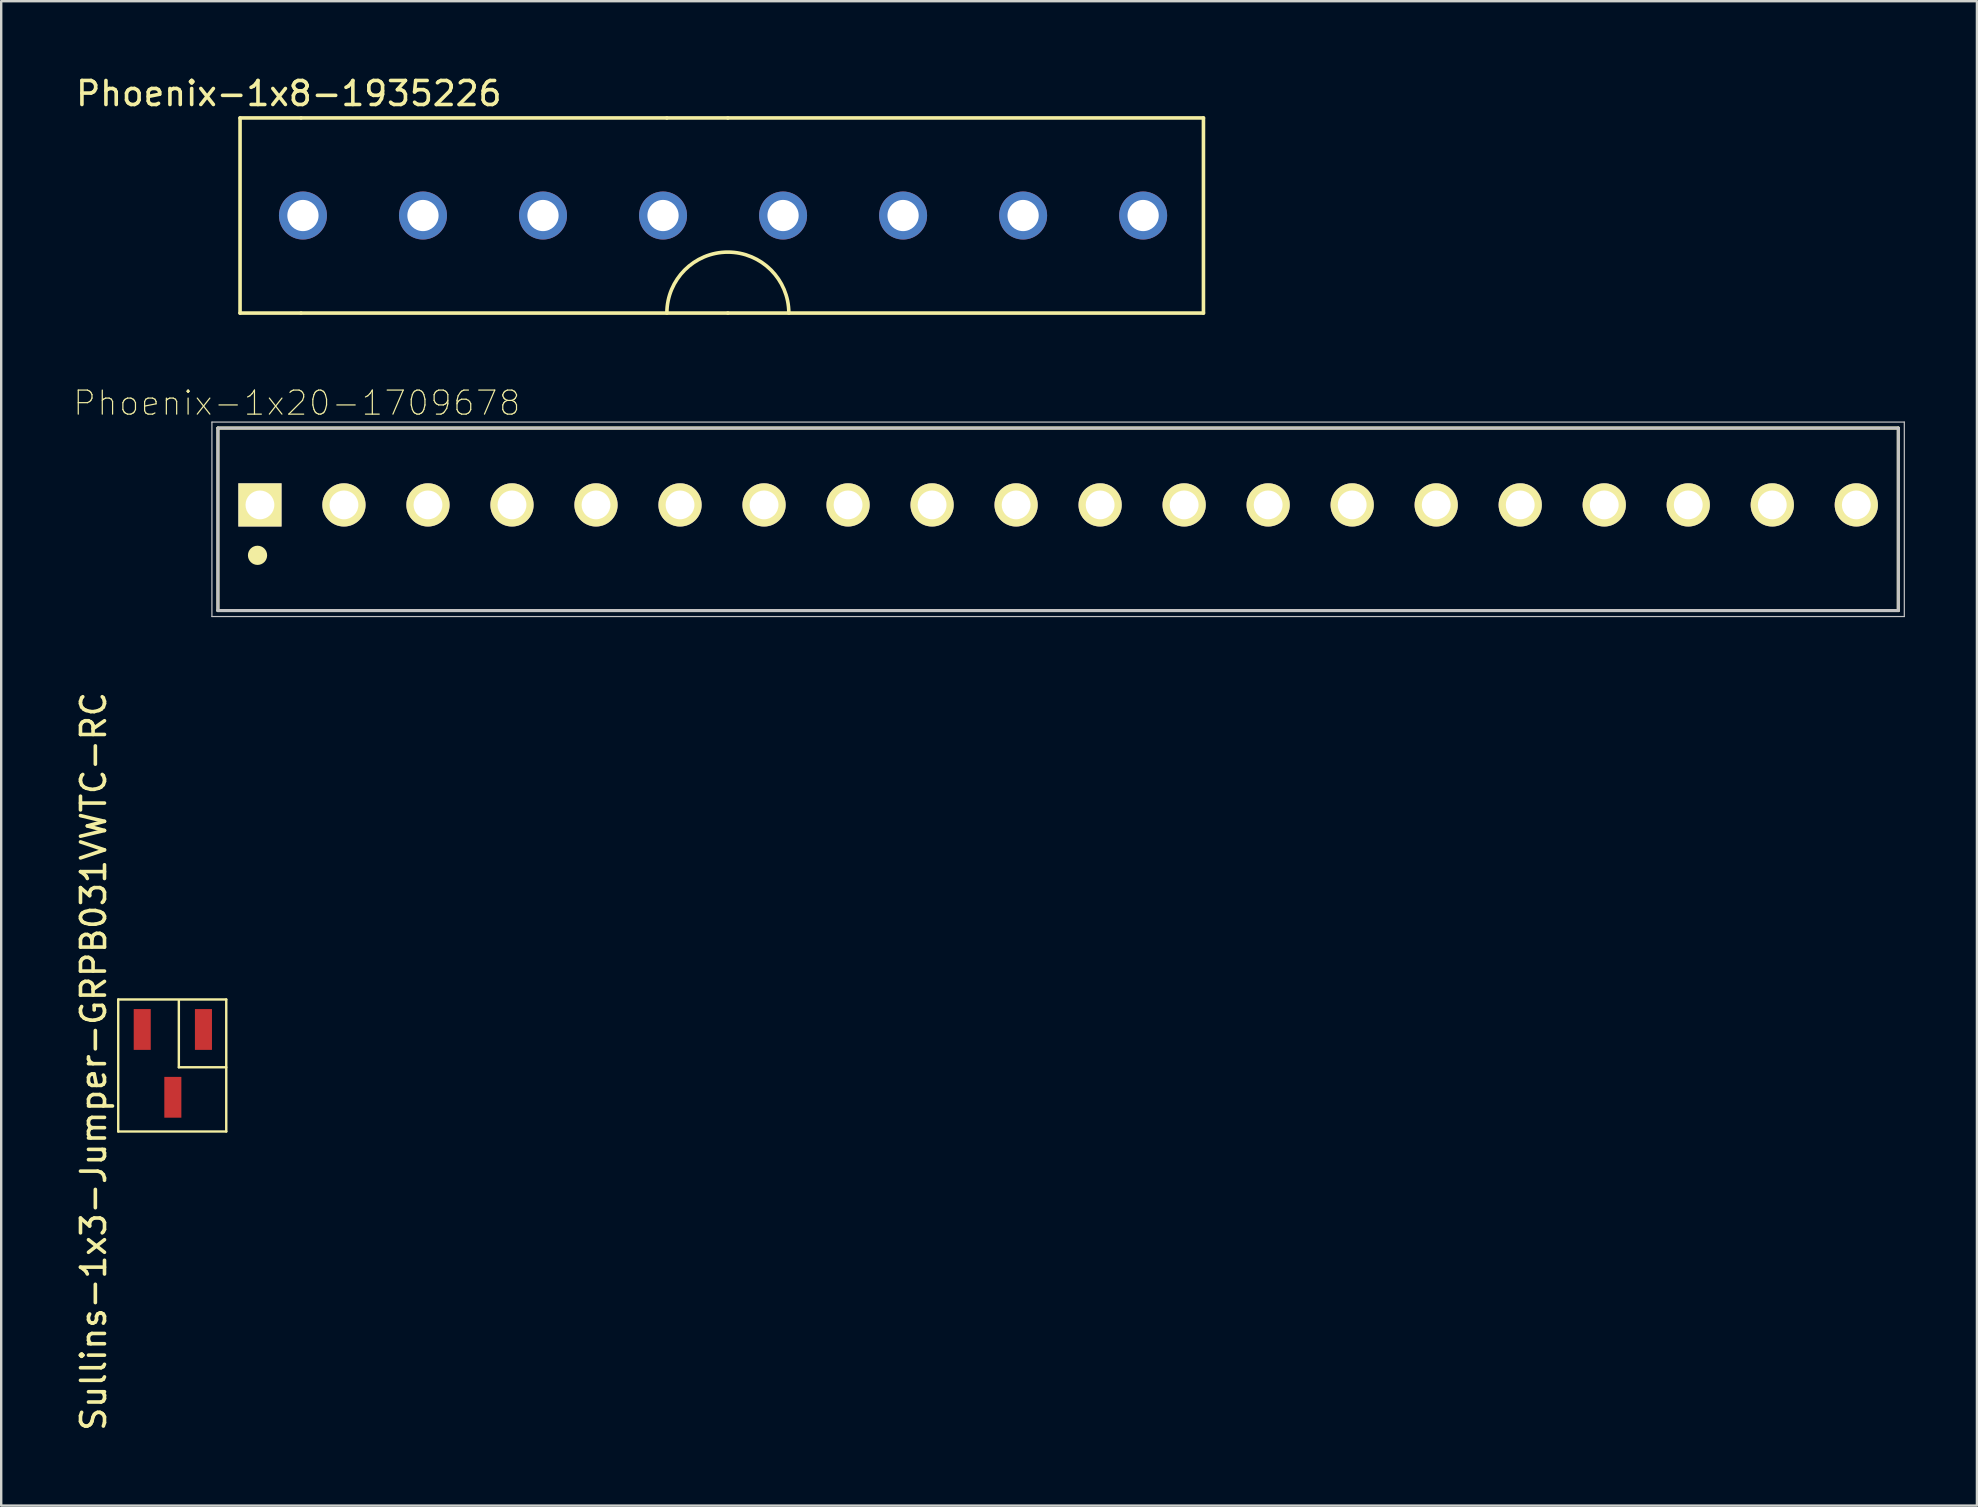
<source format=kicad_pcb>
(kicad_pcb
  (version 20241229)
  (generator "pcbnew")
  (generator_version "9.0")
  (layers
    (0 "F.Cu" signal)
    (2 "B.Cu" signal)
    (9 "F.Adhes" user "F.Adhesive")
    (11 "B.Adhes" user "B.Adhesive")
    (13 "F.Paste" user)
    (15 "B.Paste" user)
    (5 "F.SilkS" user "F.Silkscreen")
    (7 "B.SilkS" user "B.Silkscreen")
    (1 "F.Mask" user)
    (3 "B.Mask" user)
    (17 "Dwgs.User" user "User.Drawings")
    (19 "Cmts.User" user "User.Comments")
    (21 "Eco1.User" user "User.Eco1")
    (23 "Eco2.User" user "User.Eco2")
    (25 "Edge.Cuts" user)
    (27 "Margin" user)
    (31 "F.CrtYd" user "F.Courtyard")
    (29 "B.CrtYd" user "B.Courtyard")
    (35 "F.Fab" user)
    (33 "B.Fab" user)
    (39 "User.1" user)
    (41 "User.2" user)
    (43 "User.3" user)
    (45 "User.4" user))
  (footprint "Sullins-1x3-Jumper-GRPB031VWTC-RC"
    (layer "F.Cu")
    (at 4.15 40.91)
    (property "Reference" "Sullins-1x3-Jumper-GRPB031VWTC-RC" (at -3.302 0.254 90) (layer "F.SilkS") (effects (font (size 1 1) (thickness 0.15))))
    (attr through_hole)
    (fp_line (start -2.275 -2.325) (end 2.225 -2.325) (stroke (width 0.1) (type solid)) (layer "F.SilkS"))
    (fp_line (start -2.275 3.175) (end -2.275 -2.325) (stroke (width 0.1) (type solid)) (layer "F.SilkS"))
    (fp_line (start 0.25 -2.275) (end 0.25 0.5) (stroke (width 0.1) (type solid)) (layer "F.SilkS"))
    (fp_line (start 0.25 0.5) (end 2.225 0.5) (stroke (width 0.1) (type solid)) (layer "F.SilkS"))
    (fp_line (start 2.225 -2.325) (end 2.225 3.175) (stroke (width 0.1) (type solid)) (layer "F.SilkS"))
    (fp_line (start 2.225 3.175) (end -2.275 3.175) (stroke (width 0.1) (type solid)) (layer "F.SilkS"))
    (pad "1" smd rect (at 1.275 -1.075) (size 0.71 1.7) (layers "F.Cu" "F.Mask" "F.Paste"))
    (pad "2" smd rect (at 0 1.75) (size 0.71 1.7) (layers "F.Cu" "F.Mask" "F.Paste"))
    (pad "3" smd rect (at -1.275 -1.075) (size 0.71 1.7) (layers "F.Cu" "F.Mask" "F.Paste")))
  (footprint "Phoenix-1x20-1709678"
    (layer "F.Cu")
    (at 7.778 17.983)
    (property "Reference" "Phoenix-1x20-1709678" (at 1.536 -4.243 0) (layer "F.SilkS") (effects (font (size 1.001 1.001) (thickness 0.05))))
    (attr through_hole)
    (fp_line (start -1.75 -3.2) (end 68.25 -3.2) (stroke (width 0.127) (type solid)) (layer "F.SilkS"))
    (fp_line (start -1.75 4.4) (end -1.75 -3.2) (stroke (width 0.127) (type solid)) (layer "F.SilkS"))
    (fp_line (start 68.25 -3.2) (end 68.25 4.4) (stroke (width 0.127) (type solid)) (layer "F.SilkS"))
    (fp_line (start 68.25 4.4) (end -1.75 4.4) (stroke (width 0.127) (type solid)) (layer "F.SilkS"))
    (fp_circle (center -0.1 2.1) (end 0.1 2.1) (stroke (width 0.4) (type solid)) (fill no) (layer "F.SilkS"))
    (fp_line (start -2 -3.45) (end 68.5 -3.45) (stroke (width 0.05) (type solid)) (layer "Dwgs.User"))
    (fp_line (start -2 4.65) (end -2 -3.45) (stroke (width 0.05) (type solid)) (layer "Dwgs.User"))
    (fp_line (start -1.75 -3.2) (end 68.25 -3.2) (stroke (width 0.127) (type solid)) (layer "Dwgs.User"))
    (fp_line (start -1.75 4.4) (end -1.75 -3.2) (stroke (width 0.127) (type solid)) (layer "Dwgs.User"))
    (fp_line (start 68.25 -3.2) (end 68.25 4.4) (stroke (width 0.127) (type solid)) (layer "Dwgs.User"))
    (fp_line (start 68.25 4.4) (end -1.75 4.4) (stroke (width 0.127) (type solid)) (layer "Dwgs.User"))
    (fp_line (start 68.5 -3.45) (end 68.5 4.65) (stroke (width 0.05) (type solid)) (layer "Dwgs.User"))
    (fp_line (start 68.5 4.65) (end -2 4.65) (stroke (width 0.05) (type solid)) (layer "Dwgs.User"))
    (pad "1" thru_hole rect (at 0 0) (size 1.8 1.8) (drill 1.2) (layers "*.Cu" "*.Mask" "F.SilkS"))
    (pad "2" thru_hole circle (at 3.5 0) (size 1.8 1.8) (drill 1.2) (layers "*.Cu" "*.Mask" "F.SilkS"))
    (pad "3" thru_hole circle (at 7 0) (size 1.8 1.8) (drill 1.2) (layers "*.Cu" "*.Mask" "F.SilkS"))
    (pad "4" thru_hole circle (at 10.5 0) (size 1.8 1.8) (drill 1.2) (layers "*.Cu" "*.Mask" "F.SilkS"))
    (pad "5" thru_hole circle (at 14 0) (size 1.8 1.8) (drill 1.2) (layers "*.Cu" "*.Mask" "F.SilkS"))
    (pad "6" thru_hole circle (at 17.5 0) (size 1.8 1.8) (drill 1.2) (layers "*.Cu" "*.Mask" "F.SilkS"))
    (pad "7" thru_hole circle (at 21 0) (size 1.8 1.8) (drill 1.2) (layers "*.Cu" "*.Mask" "F.SilkS"))
    (pad "8" thru_hole circle (at 24.5 0) (size 1.8 1.8) (drill 1.2) (layers "*.Cu" "*.Mask" "F.SilkS"))
    (pad "9" thru_hole circle (at 28 0) (size 1.8 1.8) (drill 1.2) (layers "*.Cu" "*.Mask" "F.SilkS"))
    (pad "10" thru_hole circle (at 31.5 0) (size 1.8 1.8) (drill 1.2) (layers "*.Cu" "*.Mask" "F.SilkS"))
    (pad "11" thru_hole circle (at 35 0) (size 1.8 1.8) (drill 1.2) (layers "*.Cu" "*.Mask" "F.SilkS"))
    (pad "12" thru_hole circle (at 38.5 0) (size 1.8 1.8) (drill 1.2) (layers "*.Cu" "*.Mask" "F.SilkS"))
    (pad "13" thru_hole circle (at 42 0) (size 1.8 1.8) (drill 1.2) (layers "*.Cu" "*.Mask" "F.SilkS"))
    (pad "14" thru_hole circle (at 45.5 0) (size 1.8 1.8) (drill 1.2) (layers "*.Cu" "*.Mask" "F.SilkS"))
    (pad "15" thru_hole circle (at 49 0) (size 1.8 1.8) (drill 1.2) (layers "*.Cu" "*.Mask" "F.SilkS"))
    (pad "16" thru_hole circle (at 52.5 0) (size 1.8 1.8) (drill 1.2) (layers "*.Cu" "*.Mask" "F.SilkS"))
    (pad "17" thru_hole circle (at 56 0) (size 1.8 1.8) (drill 1.2) (layers "*.Cu" "*.Mask" "F.SilkS"))
    (pad "18" thru_hole circle (at 59.5 0) (size 1.8 1.8) (drill 1.2) (layers "*.Cu" "*.Mask" "F.SilkS"))
    (pad "19" thru_hole circle (at 63 0) (size 1.8 1.8) (drill 1.2) (layers "*.Cu" "*.Mask" "F.SilkS"))
    (pad "20" thru_hole circle (at 66.5 0) (size 1.8 1.8) (drill 1.2) (layers "*.Cu" "*.Mask" "F.SilkS")))
  (footprint "Phoenix-1x8-1935226"
    (layer "F.Cu")
    (at 14.57 5.928)
    (property "Reference" "Phoenix-1x8-1935226" (at -5.588 -5.08 0) (layer "F.SilkS") (effects (font (size 1 1) (thickness 0.15))))
    (attr through_hole)
    (fp_line (start -7.62 -4.064) (end -7.62 4.064) (stroke (width 0.15) (type solid)) (layer "F.SilkS"))
    (fp_line (start -7.62 4.064) (end -5.08 4.064) (stroke (width 0.15) (type solid)) (layer "F.SilkS"))
    (fp_line (start -5.08 -4.064) (end -7.62 -4.064) (stroke (width 0.15) (type solid)) (layer "F.SilkS"))
    (fp_line (start -5.08 -4.064) (end 10.16 -4.064) (stroke (width 0.15) (type solid)) (layer "F.SilkS"))
    (fp_line (start 10.16 -4.064) (end 12.7 -4.064) (stroke (width 0.15) (type solid)) (layer "F.SilkS"))
    (fp_line (start 12.7 -4.064) (end 32.512 -4.064) (stroke (width 0.15) (type solid)) (layer "F.SilkS"))
    (fp_line (start 12.7 4.064) (end -5.08 4.064) (stroke (width 0.15) (type solid)) (layer "F.SilkS"))
    (fp_line (start 12.7 4.064) (end 32.512 4.064) (stroke (width 0.15) (type solid)) (layer "F.SilkS"))
    (fp_line (start 32.512 -4.064) (end 32.512 4.064) (stroke (width 0.15) (type solid)) (layer "F.SilkS"))
    (fp_arc (start 10.16 4.064) (mid 12.7 1.524) (end 15.24 4.064) (stroke (width 0.15) (type solid)) (layer "F.SilkS"))
    (pad "1" thru_hole circle (at -5 0) (size 2 2) (drill 1.3) (layers "*.Cu" "*.Mask"))
    (pad "2" thru_hole circle (at 0 0) (size 2 2) (drill 1.3) (layers "*.Cu" "*.Mask"))
    (pad "3" thru_hole circle (at 5 0) (size 2 2) (drill 1.3) (layers "*.Cu" "*.Mask"))
    (pad "4" thru_hole circle (at 10 0) (size 2 2) (drill 1.3) (layers "*.Cu" "*.Mask"))
    (pad "5" thru_hole circle (at 15 0) (size 2 2) (drill 1.3) (layers "*.Cu" "*.Mask" "F.Paste"))
    (pad "6" thru_hole circle (at 20 0) (size 2 2) (drill 1.3) (layers "*.Cu" "*.Mask"))
    (pad "7" thru_hole circle (at 25 0) (size 2 2) (drill 1.3) (layers "*.Cu" "*.Mask"))
    (pad "8" thru_hole circle (at 30 0) (size 2 2) (drill 1.3) (layers "*.Cu" "*.Mask")))
  (gr_rect
    (start -3 -3)
    (end 79.303 59.67)
    (stroke (width 0.1) (type default))
    (fill no)
    (layer "Edge.Cuts")))
</source>
